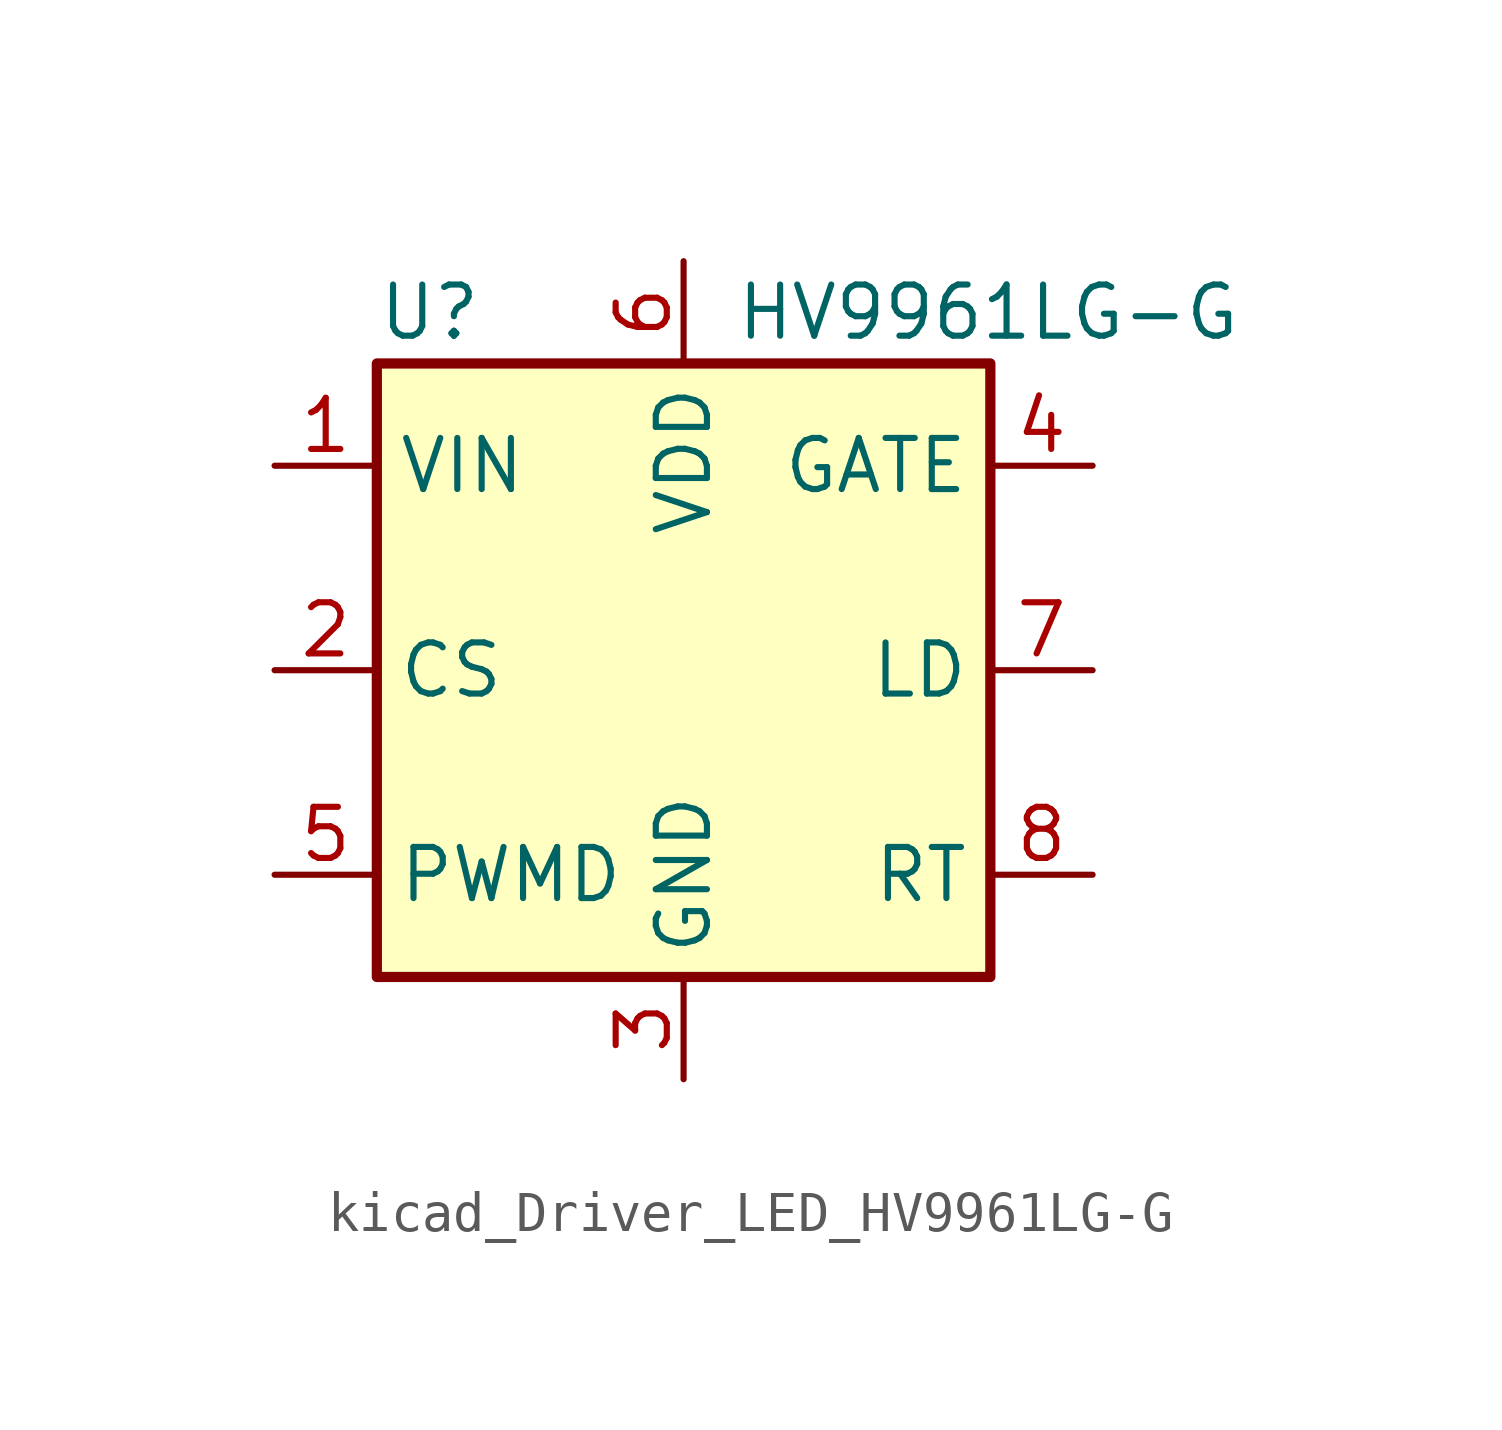
<source format=kicad_sym>
(kicad_symbol_lib
  (version 20220914)
  (generator kicad_symbol_editor)
  (symbol "kicad_Driver_LED_HV9961LG-G"
    (property "Reference" "U"
      (at -7.62 8.89 0)
      (effects (font (size 1.27 1.27)) (justify left)))
    (property "Value" "HV9961LG-G"
      (at 1.27 8.89 0)
      (effects (font (size 1.27 1.27)) (justify left)))
    (symbol "kicad_Driver_LED_HV9961LG-G_0_1"
      (rectangle (start -7.62 7.62) (end 7.62 -7.62) (stroke (width 0.254) (type default)) (fill (type background))))
    (symbol "kicad_Driver_LED_HV9961LG-G_1_1"
      (pin power_in line (at -10.16 5.08 0) (length 2.54) (name "VIN" (effects (font (size 1.27 1.27)))) (number "1" (effects (font (size 1.27 1.27)))))
      (pin input line (at -10.16 0 0) (length 2.54) (name "CS" (effects (font (size 1.27 1.27)))) (number "2" (effects (font (size 1.27 1.27)))))
      (pin power_in line (at 0 -10.16 90) (length 2.54) (name "GND" (effects (font (size 1.27 1.27)))) (number "3" (effects (font (size 1.27 1.27)))))
      (pin output line (at 10.16 5.08 180) (length 2.54) (name "GATE" (effects (font (size 1.27 1.27)))) (number "4" (effects (font (size 1.27 1.27)))))
      (pin output line (at -10.16 -5.08 0) (length 2.54) (name "PWMD" (effects (font (size 1.27 1.27)))) (number "5" (effects (font (size 1.27 1.27)))))
      (pin power_out line (at 0 10.16 270) (length 2.54) (name "VDD" (effects (font (size 1.27 1.27)))) (number "6" (effects (font (size 1.27 1.27)))))
      (pin input line (at 10.16 0 180) (length 2.54) (name "LD" (effects (font (size 1.27 1.27)))) (number "7" (effects (font (size 1.27 1.27)))))
      (pin input line (at 10.16 -5.08 180) (length 2.54) (name "RT" (effects (font (size 1.27 1.27)))) (number "8" (effects (font (size 1.27 1.27))))))))
</source>
